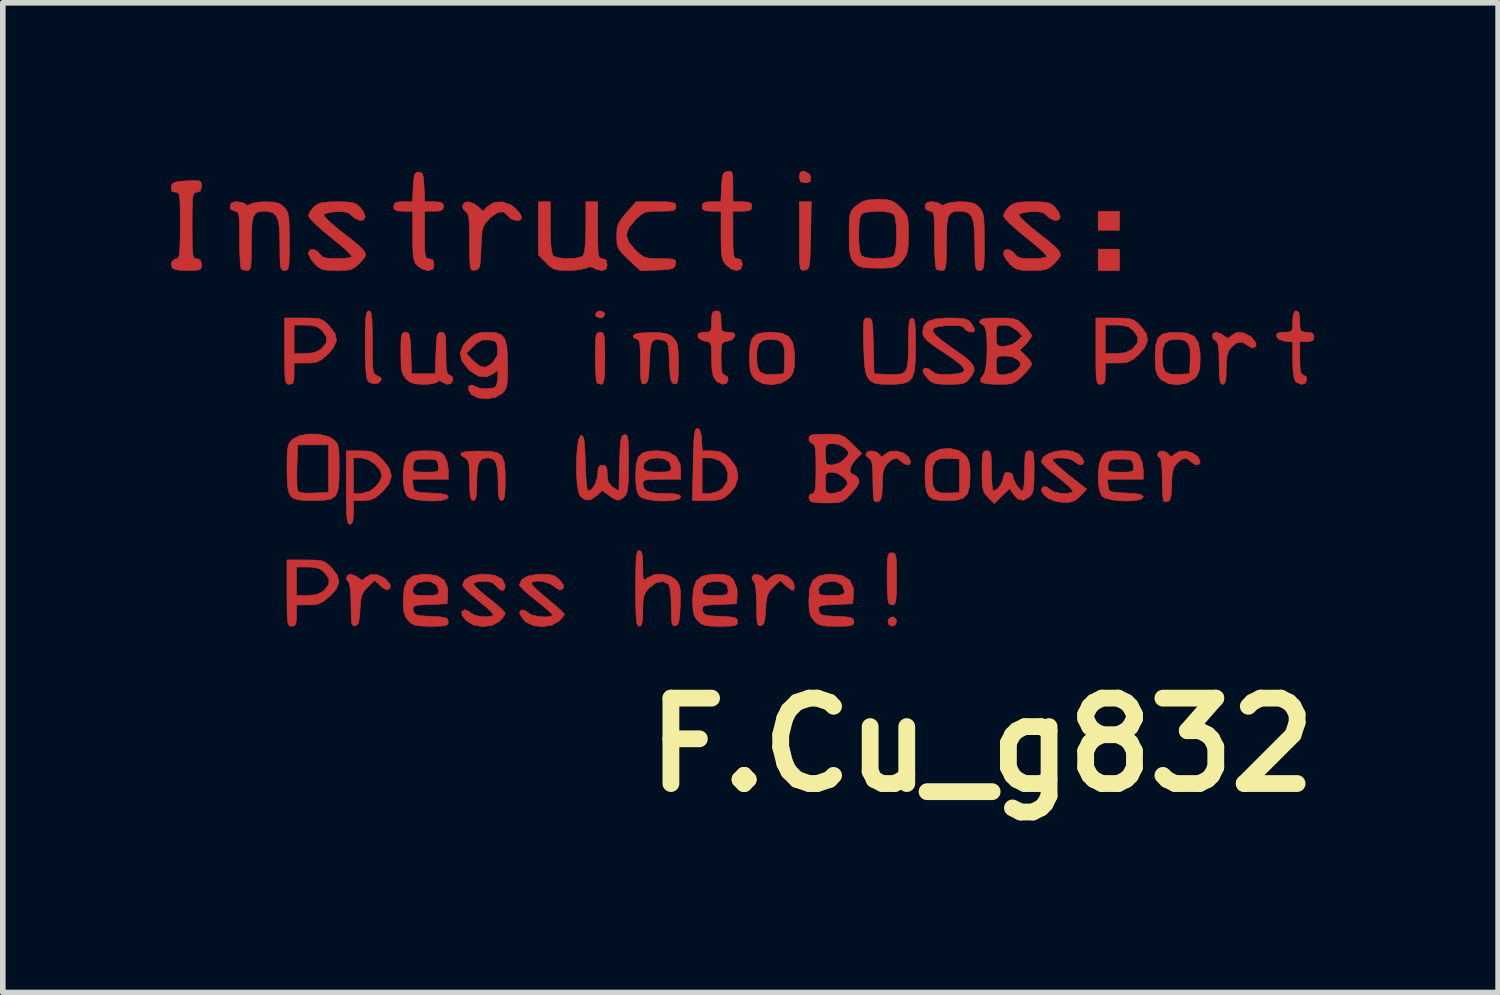
<source format=kicad_pcb>
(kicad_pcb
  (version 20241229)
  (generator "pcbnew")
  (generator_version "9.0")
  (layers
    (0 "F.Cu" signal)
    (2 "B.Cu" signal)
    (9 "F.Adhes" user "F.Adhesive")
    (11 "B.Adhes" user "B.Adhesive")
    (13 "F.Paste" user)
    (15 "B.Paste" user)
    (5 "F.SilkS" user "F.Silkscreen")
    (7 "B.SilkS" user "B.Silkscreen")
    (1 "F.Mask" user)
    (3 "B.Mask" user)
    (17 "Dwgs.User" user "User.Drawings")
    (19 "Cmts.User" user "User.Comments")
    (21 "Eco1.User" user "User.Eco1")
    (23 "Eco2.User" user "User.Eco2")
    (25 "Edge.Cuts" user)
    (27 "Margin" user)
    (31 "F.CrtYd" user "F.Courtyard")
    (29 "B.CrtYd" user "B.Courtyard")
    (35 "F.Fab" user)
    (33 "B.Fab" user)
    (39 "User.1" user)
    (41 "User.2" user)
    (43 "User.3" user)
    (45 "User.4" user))
  (footprint "F.Cu_g832"
    (layer "F.Cu")
    (at 14.476 10.245)
    (property "Reference" "F.Cu_g832" (at 0 0 0) (layer "F.SilkS") (effects (font (size 1.524 1.524) (thickness 0.3))))
    (attr through_hole)
    (fp_poly (pts (xy 2.455 -9.186) (xy 2.074 -9.186) (xy 2.074 -9.525) (xy 2.455 -9.525) (xy 2.455 -9.186)) (stroke (width 0.01) (type solid)) (fill yes) (layer "F.Cu"))
    (fp_poly (pts (xy 2.455 -8.467) (xy 2.074 -8.467) (xy 2.074 -8.848) (xy 2.455 -8.848) (xy 2.455 -8.467)) (stroke (width 0.01) (type solid)) (fill yes) (layer "F.Cu"))
    (fp_poly (pts (xy -6.747 -7.721) (xy -6.731 -7.684) (xy -6.766 -7.632) (xy -6.816 -7.62) (xy -6.885 -7.646) (xy -6.9 -7.684) (xy -6.865 -7.735) (xy -6.816 -7.747) (xy -6.747 -7.721)) (stroke (width 0.01) (type solid)) (fill yes) (layer "F.Cu"))
    (fp_poly (pts (xy -1.536 -2.251) (xy -1.524 -2.201) (xy -1.554 -2.133) (xy -1.618 -2.118) (xy -1.672 -2.159) (xy -1.678 -2.23) (xy -1.623 -2.28) (xy -1.585 -2.286) (xy -1.536 -2.251)) (stroke (width 0.01) (type solid)) (fill yes) (layer "F.Cu"))
    (fp_poly (pts (xy -3.164 -10.237) (xy -3.079 -10.189) (xy -3.056 -10.128) (xy -3.061 -10.057) (xy -3.122 -10.034) (xy -3.151 -10.033) (xy -3.233 -10.049) (xy -3.259 -10.115) (xy -3.26 -10.142) (xy -3.246 -10.221) (xy -3.19 -10.24) (xy -3.164 -10.237)) (stroke (width 0.01) (type solid)) (fill yes) (layer "F.Cu"))
    (fp_poly (pts (xy -3.057 -9.091) (xy -3.063 -8.854) (xy -3.069 -8.689) (xy -3.078 -8.582) (xy -3.093 -8.519) (xy -3.116 -8.489) (xy -3.149 -8.477) (xy -3.164 -8.474) (xy -3.201 -8.471) (xy -3.227 -8.483) (xy -3.244 -8.521) (xy -3.254 -8.6) (xy -3.258 -8.73) (xy -3.26 -8.925) (xy -3.26 -9.078) (xy -3.26 -9.694) (xy -3.046 -9.694) (xy -3.057 -9.091)) (stroke (width 0.01) (type solid)) (fill yes) (layer "F.Cu"))
    (fp_poly (pts (xy -6.779 -7.361) (xy -6.754 -7.335) (xy -6.74 -7.274) (xy -6.733 -7.163) (xy -6.731 -6.988) (xy -6.731 -6.9) (xy -6.733 -6.686) (xy -6.741 -6.545) (xy -6.757 -6.466) (xy -6.78 -6.436) (xy -6.787 -6.435) (xy -6.859 -6.453) (xy -6.872 -6.463) (xy -6.884 -6.515) (xy -6.893 -6.632) (xy -6.899 -6.795) (xy -6.9 -6.929) (xy -6.899 -7.125) (xy -6.894 -7.252) (xy -6.882 -7.324) (xy -6.859 -7.357) (xy -6.824 -7.366) (xy -6.816 -7.366) (xy -6.779 -7.361)) (stroke (width 0.01) (type solid)) (fill yes) (layer "F.Cu"))
    (fp_poly (pts (xy -1.572 -3.424) (xy -1.547 -3.398) (xy -1.533 -3.337) (xy -1.526 -3.226) (xy -1.524 -3.051) (xy -1.524 -2.963) (xy -1.526 -2.749) (xy -1.534 -2.608) (xy -1.55 -2.529) (xy -1.573 -2.499) (xy -1.58 -2.498) (xy -1.652 -2.516) (xy -1.665 -2.526) (xy -1.677 -2.578) (xy -1.686 -2.695) (xy -1.692 -2.858) (xy -1.693 -2.992) (xy -1.692 -3.188) (xy -1.687 -3.315) (xy -1.675 -3.387) (xy -1.652 -3.42) (xy -1.617 -3.429) (xy -1.609 -3.429) (xy -1.572 -3.424)) (stroke (width 0.01) (type solid)) (fill yes) (layer "F.Cu"))
    (fp_poly (pts (xy -10.917 -7.735) (xy -10.899 -7.69) (xy -10.888 -7.601) (xy -10.882 -7.454) (xy -10.88 -7.238) (xy -10.88 -7.18) (xy -10.879 -6.952) (xy -10.876 -6.794) (xy -10.867 -6.692) (xy -10.852 -6.634) (xy -10.827 -6.605) (xy -10.792 -6.591) (xy -10.791 -6.591) (xy -10.728 -6.551) (xy -10.72 -6.512) (xy -10.775 -6.457) (xy -10.865 -6.445) (xy -10.949 -6.479) (xy -10.954 -6.484) (xy -10.978 -6.542) (xy -10.994 -6.665) (xy -11.004 -6.86) (xy -11.007 -7.132) (xy -11.007 -7.142) (xy -11.005 -7.384) (xy -11.001 -7.553) (xy -10.992 -7.662) (xy -10.977 -7.722) (xy -10.955 -7.745) (xy -10.943 -7.747) (xy -10.917 -7.735)) (stroke (width 0.01) (type solid)) (fill yes) (layer "F.Cu"))
    (fp_poly (pts (xy -11.187 -3.021) (xy -11.132 -2.983) (xy -11.072 -2.941) (xy -11.026 -2.962) (xy -11.008 -2.983) (xy -10.911 -3.041) (xy -10.787 -3.037) (xy -10.663 -2.977) (xy -10.625 -2.942) (xy -10.562 -2.859) (xy -10.561 -2.803) (xy -10.575 -2.786) (xy -10.626 -2.765) (xy -10.697 -2.805) (xy -10.731 -2.836) (xy -10.838 -2.936) (xy -10.963 -2.817) (xy -11.033 -2.74) (xy -11.072 -2.658) (xy -11.092 -2.543) (xy -11.1 -2.418) (xy -11.111 -2.262) (xy -11.131 -2.173) (xy -11.164 -2.132) (xy -11.187 -2.125) (xy -11.222 -2.126) (xy -11.244 -2.158) (xy -11.256 -2.234) (xy -11.26 -2.371) (xy -11.261 -2.492) (xy -11.265 -2.664) (xy -11.277 -2.802) (xy -11.294 -2.885) (xy -11.303 -2.9) (xy -11.344 -2.959) (xy -11.329 -3.022) (xy -11.275 -3.048) (xy -11.187 -3.021)) (stroke (width 0.01) (type solid)) (fill yes) (layer "F.Cu"))
    (fp_poly (pts (xy -3.931 -3.012) (xy -3.897 -2.974) (xy -3.858 -2.923) (xy -3.821 -2.941) (xy -3.795 -2.974) (xy -3.7 -3.037) (xy -3.58 -3.043) (xy -3.462 -3.002) (xy -3.375 -2.922) (xy -3.344 -2.822) (xy -3.358 -2.762) (xy -3.405 -2.767) (xy -3.494 -2.838) (xy -3.501 -2.844) (xy -3.599 -2.936) (xy -3.724 -2.817) (xy -3.794 -2.74) (xy -3.833 -2.658) (xy -3.853 -2.543) (xy -3.861 -2.418) (xy -3.872 -2.262) (xy -3.892 -2.173) (xy -3.925 -2.132) (xy -3.948 -2.125) (xy -3.983 -2.126) (xy -4.005 -2.158) (xy -4.017 -2.234) (xy -4.021 -2.371) (xy -4.022 -2.492) (xy -4.026 -2.664) (xy -4.038 -2.802) (xy -4.055 -2.885) (xy -4.064 -2.9) (xy -4.103 -2.961) (xy -4.106 -2.987) (xy -4.076 -3.037) (xy -4.006 -3.044) (xy -3.931 -3.012)) (stroke (width 0.01) (type solid)) (fill yes) (layer "F.Cu"))
    (fp_poly (pts (xy -5.036 -5.623) (xy -5.011 -5.529) (xy -5.004 -5.45) (xy -4.991 -5.249) (xy -4.811 -5.249) (xy -4.678 -5.236) (xy -4.576 -5.184) (xy -4.496 -5.11) (xy -4.383 -4.946) (xy -4.354 -4.777) (xy -4.407 -4.611) (xy -4.5 -4.496) (xy -4.587 -4.42) (xy -4.669 -4.379) (xy -4.778 -4.363) (xy -4.903 -4.36) (xy -5.167 -4.36) (xy -5.155 -5.006) (xy -5.153 -5.122) (xy -4.995 -5.122) (xy -4.995 -4.487) (xy -4.86 -4.487) (xy -4.713 -4.523) (xy -4.628 -4.579) (xy -4.547 -4.704) (xy -4.534 -4.842) (xy -4.581 -4.971) (xy -4.679 -5.071) (xy -4.819 -5.12) (xy -4.855 -5.122) (xy -4.995 -5.122) (xy -5.153 -5.122) (xy -5.149 -5.257) (xy -5.142 -5.436) (xy -5.131 -5.553) (xy -5.116 -5.62) (xy -5.095 -5.648) (xy -5.08 -5.652) (xy -5.036 -5.623)) (stroke (width 0.01) (type solid)) (fill yes) (layer "F.Cu"))
    (fp_poly (pts (xy -1.883 -5.228) (xy -1.83 -5.183) (xy -1.794 -5.139) (xy -1.754 -5.164) (xy -1.738 -5.183) (xy -1.646 -5.239) (xy -1.525 -5.245) (xy -1.404 -5.21) (xy -1.31 -5.142) (xy -1.27 -5.049) (xy -1.27 -5.045) (xy -1.299 -5.001) (xy -1.364 -5.005) (xy -1.435 -5.054) (xy -1.439 -5.059) (xy -1.517 -5.116) (xy -1.602 -5.097) (xy -1.686 -5.024) (xy -1.739 -4.952) (xy -1.767 -4.858) (xy -1.777 -4.717) (xy -1.778 -4.648) (xy -1.784 -4.479) (xy -1.806 -4.382) (xy -1.837 -4.347) (xy -1.905 -4.34) (xy -1.922 -4.349) (xy -1.934 -4.4) (xy -1.942 -4.515) (xy -1.947 -4.671) (xy -1.947 -4.729) (xy -1.951 -4.913) (xy -1.963 -5.028) (xy -1.987 -5.089) (xy -2.011 -5.107) (xy -2.067 -5.16) (xy -2.074 -5.19) (xy -2.041 -5.236) (xy -1.966 -5.248) (xy -1.883 -5.228)) (stroke (width 0.01) (type solid)) (fill yes) (layer "F.Cu"))
    (fp_poly (pts (xy -0.415 -5.255) (xy -0.316 -5.188) (xy -0.256 -5.115) (xy -0.225 -5.03) (xy -0.213 -4.904) (xy -0.212 -4.816) (xy -0.221 -4.613) (xy -0.259 -4.48) (xy -0.336 -4.402) (xy -0.464 -4.367) (xy -0.61 -4.36) (xy -0.776 -4.367) (xy -0.88 -4.391) (xy -0.946 -4.438) (xy -0.946 -4.438) (xy -0.988 -4.514) (xy -1.01 -4.64) (xy -1.016 -4.808) (xy -0.889 -4.808) (xy -0.877 -4.641) (xy -0.832 -4.543) (xy -0.741 -4.499) (xy -0.593 -4.496) (xy -0.402 -4.508) (xy -0.402 -5.101) (xy -0.585 -5.114) (xy -0.739 -5.111) (xy -0.832 -5.065) (xy -0.878 -4.963) (xy -0.889 -4.808) (xy -1.016 -4.808) (xy -1.016 -4.816) (xy -1.013 -4.977) (xy -1 -5.078) (xy -0.969 -5.143) (xy -0.914 -5.197) (xy -0.904 -5.204) (xy -0.753 -5.277) (xy -0.58 -5.294) (xy -0.415 -5.255)) (stroke (width 0.01) (type solid)) (fill yes) (layer "F.Cu"))
    (fp_poly (pts (xy 3.306 -5.216) (xy 3.335 -5.183) (xy 3.37 -5.139) (xy 3.411 -5.164) (xy 3.427 -5.183) (xy 3.519 -5.239) (xy 3.639 -5.245) (xy 3.76 -5.21) (xy 3.855 -5.142) (xy 3.895 -5.049) (xy 3.895 -5.045) (xy 3.866 -5.001) (xy 3.8 -5.005) (xy 3.73 -5.054) (xy 3.725 -5.059) (xy 3.648 -5.116) (xy 3.563 -5.097) (xy 3.479 -5.024) (xy 3.426 -4.952) (xy 3.398 -4.858) (xy 3.387 -4.717) (xy 3.387 -4.648) (xy 3.38 -4.479) (xy 3.359 -4.382) (xy 3.327 -4.347) (xy 3.259 -4.34) (xy 3.243 -4.349) (xy 3.231 -4.4) (xy 3.223 -4.515) (xy 3.218 -4.673) (xy 3.217 -4.748) (xy 3.213 -4.929) (xy 3.2 -5.057) (xy 3.182 -5.119) (xy 3.175 -5.122) (xy 3.137 -5.157) (xy 3.133 -5.186) (xy 3.164 -5.236) (xy 3.234 -5.246) (xy 3.306 -5.216)) (stroke (width 0.01) (type solid)) (fill yes) (layer "F.Cu"))
    (fp_poly (pts (xy 4.264 -7.339) (xy 4.319 -7.301) (xy 4.38 -7.259) (xy 4.425 -7.28) (xy 4.444 -7.301) (xy 4.541 -7.359) (xy 4.665 -7.355) (xy 4.788 -7.295) (xy 4.827 -7.26) (xy 4.89 -7.176) (xy 4.89 -7.12) (xy 4.877 -7.104) (xy 4.822 -7.081) (xy 4.75 -7.125) (xy 4.75 -7.126) (xy 4.643 -7.189) (xy 4.542 -7.173) (xy 4.452 -7.099) (xy 4.4 -7.027) (xy 4.372 -6.935) (xy 4.361 -6.796) (xy 4.36 -6.718) (xy 4.356 -6.561) (xy 4.342 -6.473) (xy 4.313 -6.437) (xy 4.297 -6.435) (xy 4.266 -6.45) (xy 4.246 -6.504) (xy 4.236 -6.613) (xy 4.233 -6.79) (xy 4.233 -6.811) (xy 4.23 -7.001) (xy 4.219 -7.122) (xy 4.198 -7.188) (xy 4.17 -7.212) (xy 4.116 -7.262) (xy 4.113 -7.325) (xy 4.16 -7.364) (xy 4.177 -7.366) (xy 4.264 -7.339)) (stroke (width 0.01) (type solid)) (fill yes) (layer "F.Cu"))
    (fp_poly (pts (xy -10.955 -5.245) (xy -10.858 -5.221) (xy -10.775 -5.164) (xy -10.698 -5.089) (xy -10.579 -4.937) (xy -10.54 -4.8) (xy -10.581 -4.663) (xy -10.702 -4.517) (xy -10.815 -4.419) (xy -10.914 -4.373) (xy -11.036 -4.36) (xy -11.04 -4.36) (xy -11.218 -4.36) (xy -11.218 -4.149) (xy -11.225 -4.016) (xy -11.249 -3.951) (xy -11.282 -3.937) (xy -11.306 -3.948) (xy -11.324 -3.99) (xy -11.335 -4.074) (xy -11.342 -4.212) (xy -11.345 -4.414) (xy -11.345 -4.593) (xy -11.345 -5.122) (xy -11.218 -5.122) (xy -11.218 -4.487) (xy -11.083 -4.487) (xy -10.926 -4.529) (xy -10.829 -4.601) (xy -10.751 -4.698) (xy -10.712 -4.791) (xy -10.71 -4.805) (xy -10.747 -4.914) (xy -10.841 -5.018) (xy -10.965 -5.095) (xy -11.083 -5.122) (xy -11.218 -5.122) (xy -11.345 -5.122) (xy -11.345 -5.249) (xy -11.1 -5.249) (xy -10.955 -5.245)) (stroke (width 0.01) (type solid)) (fill yes) (layer "F.Cu"))
    (fp_poly (pts (xy -3.574 -7.349) (xy -3.45 -7.29) (xy -3.377 -7.178) (xy -3.347 -7.002) (xy -3.344 -6.906) (xy -3.35 -6.749) (xy -3.371 -6.648) (xy -3.417 -6.572) (xy -3.448 -6.539) (xy -3.58 -6.459) (xy -3.743 -6.428) (xy -3.908 -6.447) (xy -4.041 -6.517) (xy -4.057 -6.533) (xy -4.107 -6.602) (xy -4.136 -6.689) (xy -4.147 -6.821) (xy -4.149 -6.921) (xy -4.022 -6.921) (xy -4.009 -6.756) (xy -3.964 -6.659) (xy -3.871 -6.616) (xy -3.726 -6.613) (xy -3.535 -6.625) (xy -3.522 -6.872) (xy -3.524 -7.052) (xy -3.557 -7.164) (xy -3.631 -7.222) (xy -3.755 -7.239) (xy -3.764 -7.239) (xy -3.898 -7.224) (xy -3.977 -7.168) (xy -4.014 -7.057) (xy -4.022 -6.921) (xy -4.149 -6.921) (xy -4.149 -6.928) (xy -4.139 -7.126) (xy -4.103 -7.255) (xy -4.026 -7.328) (xy -3.898 -7.36) (xy -3.761 -7.366) (xy -3.574 -7.349)) (stroke (width 0.01) (type solid)) (fill yes) (layer "F.Cu"))
    (fp_poly (pts (xy 3.665 -7.349) (xy 3.789 -7.29) (xy 3.862 -7.178) (xy 3.892 -7.002) (xy 3.895 -6.906) (xy 3.889 -6.749) (xy 3.868 -6.648) (xy 3.822 -6.572) (xy 3.791 -6.539) (xy 3.659 -6.459) (xy 3.496 -6.428) (xy 3.331 -6.447) (xy 3.198 -6.517) (xy 3.182 -6.533) (xy 3.132 -6.602) (xy 3.103 -6.689) (xy 3.092 -6.821) (xy 3.09 -6.921) (xy 3.217 -6.921) (xy 3.23 -6.756) (xy 3.275 -6.659) (xy 3.368 -6.616) (xy 3.513 -6.613) (xy 3.704 -6.625) (xy 3.717 -6.872) (xy 3.715 -7.052) (xy 3.682 -7.164) (xy 3.608 -7.222) (xy 3.484 -7.239) (xy 3.475 -7.239) (xy 3.341 -7.224) (xy 3.262 -7.168) (xy 3.225 -7.057) (xy 3.217 -6.921) (xy 3.09 -6.921) (xy 3.09 -6.928) (xy 3.1 -7.126) (xy 3.136 -7.255) (xy 3.213 -7.328) (xy 3.341 -7.36) (xy 3.478 -7.366) (xy 3.665 -7.349)) (stroke (width 0.01) (type solid)) (fill yes) (layer "F.Cu"))
    (fp_poly (pts (xy 5.651 -7.722) (xy 5.67 -7.637) (xy 5.673 -7.556) (xy 5.676 -7.439) (xy 5.698 -7.384) (xy 5.752 -7.367) (xy 5.8 -7.366) (xy 5.893 -7.353) (xy 5.925 -7.303) (xy 5.927 -7.281) (xy 5.907 -7.219) (xy 5.832 -7.198) (xy 5.8 -7.197) (xy 5.673 -7.197) (xy 5.673 -6.9) (xy 5.676 -6.739) (xy 5.69 -6.647) (xy 5.716 -6.608) (xy 5.736 -6.604) (xy 5.788 -6.569) (xy 5.8 -6.519) (xy 5.769 -6.452) (xy 5.696 -6.435) (xy 5.611 -6.472) (xy 5.596 -6.485) (xy 5.569 -6.557) (xy 5.551 -6.695) (xy 5.546 -6.864) (xy 5.546 -7.191) (xy 5.408 -7.205) (xy 5.295 -7.238) (xy 5.257 -7.292) (xy 5.264 -7.342) (xy 5.325 -7.363) (xy 5.394 -7.366) (xy 5.487 -7.37) (xy 5.531 -7.397) (xy 5.545 -7.47) (xy 5.546 -7.556) (xy 5.554 -7.682) (xy 5.582 -7.739) (xy 5.609 -7.747) (xy 5.651 -7.722)) (stroke (width 0.01) (type solid)) (fill yes) (layer "F.Cu"))
    (fp_poly (pts (xy -8.786 -5.241) (xy -8.651 -5.217) (xy -8.569 -5.159) (xy -8.526 -5.054) (xy -8.511 -4.888) (xy -8.509 -4.735) (xy -8.512 -4.551) (xy -8.521 -4.437) (xy -8.539 -4.378) (xy -8.569 -4.36) (xy -8.572 -4.36) (xy -8.605 -4.377) (xy -8.625 -4.435) (xy -8.634 -4.552) (xy -8.636 -4.691) (xy -8.643 -4.891) (xy -8.667 -5.02) (xy -8.715 -5.093) (xy -8.791 -5.121) (xy -8.826 -5.122) (xy -8.915 -5.107) (xy -8.972 -5.052) (xy -9.004 -4.944) (xy -9.016 -4.77) (xy -9.017 -4.691) (xy -9.02 -4.519) (xy -9.031 -4.417) (xy -9.054 -4.37) (xy -9.081 -4.36) (xy -9.112 -4.376) (xy -9.132 -4.432) (xy -9.141 -4.543) (xy -9.144 -4.719) (xy -9.146 -4.897) (xy -9.156 -5.01) (xy -9.176 -5.075) (xy -9.212 -5.113) (xy -9.229 -5.122) (xy -9.301 -5.174) (xy -9.297 -5.211) (xy -9.213 -5.234) (xy -9.047 -5.244) (xy -8.987 -5.245) (xy -8.786 -5.241)) (stroke (width 0.01) (type solid)) (fill yes) (layer "F.Cu"))
    (fp_poly (pts (xy -7.705 -9.237) (xy -7.7 -8.993) (xy -7.684 -8.824) (xy -7.66 -8.736) (xy -7.654 -8.729) (xy -7.584 -8.7) (xy -7.464 -8.681) (xy -7.387 -8.678) (xy -7.253 -8.688) (xy -7.151 -8.712) (xy -7.12 -8.729) (xy -7.094 -8.802) (xy -7.077 -8.955) (xy -7.07 -9.186) (xy -7.07 -9.237) (xy -7.07 -9.694) (xy -6.858 -9.694) (xy -6.858 -9.186) (xy -6.857 -8.972) (xy -6.853 -8.828) (xy -6.844 -8.741) (xy -6.826 -8.696) (xy -6.798 -8.68) (xy -6.773 -8.678) (xy -6.707 -8.654) (xy -6.689 -8.572) (xy -6.707 -8.491) (xy -6.775 -8.467) (xy -6.786 -8.467) (xy -6.883 -8.486) (xy -6.93 -8.513) (xy -6.995 -8.537) (xy -7.062 -8.513) (xy -7.151 -8.487) (xy -7.29 -8.471) (xy -7.397 -8.467) (xy -7.545 -8.472) (xy -7.641 -8.494) (xy -7.721 -8.547) (xy -7.781 -8.606) (xy -7.916 -8.746) (xy -7.916 -9.694) (xy -7.705 -9.694) (xy -7.705 -9.237)) (stroke (width 0.01) (type solid)) (fill yes) (layer "F.Cu"))
    (fp_poly (pts (xy -11.947 -7.618) (xy -11.838 -7.607) (xy -11.763 -7.579) (xy -11.697 -7.528) (xy -11.65 -7.48) (xy -11.546 -7.344) (xy -11.52 -7.219) (xy -11.573 -7.09) (xy -11.675 -6.972) (xy -11.782 -6.878) (xy -11.876 -6.831) (xy -11.996 -6.816) (xy -12.056 -6.816) (xy -12.277 -6.816) (xy -12.277 -6.625) (xy -12.282 -6.506) (xy -12.305 -6.45) (xy -12.355 -6.435) (xy -12.361 -6.435) (xy -12.395 -6.439) (xy -12.418 -6.461) (xy -12.433 -6.513) (xy -12.441 -6.609) (xy -12.445 -6.761) (xy -12.446 -6.983) (xy -12.446 -7.027) (xy -12.446 -7.493) (xy -12.277 -7.493) (xy -12.277 -6.985) (xy -12.078 -6.985) (xy -11.918 -7.001) (xy -11.805 -7.057) (xy -11.782 -7.077) (xy -11.7 -7.182) (xy -11.698 -7.281) (xy -11.774 -7.393) (xy -11.776 -7.395) (xy -11.862 -7.461) (xy -11.976 -7.489) (xy -12.072 -7.493) (xy -12.277 -7.493) (xy -12.446 -7.493) (xy -12.446 -7.62) (xy -12.116 -7.62) (xy -11.947 -7.618)) (stroke (width 0.01) (type solid)) (fill yes) (layer "F.Cu"))
    (fp_poly (pts (xy -11.905 -3.3) (xy -11.796 -3.289) (xy -11.721 -3.261) (xy -11.655 -3.21) (xy -11.608 -3.162) (xy -11.503 -3.025) (xy -11.476 -2.899) (xy -11.529 -2.773) (xy -11.642 -2.651) (xy -11.757 -2.557) (xy -11.857 -2.512) (xy -11.984 -2.498) (xy -12.023 -2.498) (xy -12.234 -2.498) (xy -12.234 -2.307) (xy -12.24 -2.188) (xy -12.263 -2.132) (xy -12.313 -2.117) (xy -12.319 -2.117) (xy -12.353 -2.121) (xy -12.376 -2.143) (xy -12.391 -2.195) (xy -12.399 -2.291) (xy -12.403 -2.443) (xy -12.404 -2.665) (xy -12.404 -2.709) (xy -12.404 -3.175) (xy -12.234 -3.175) (xy -12.234 -2.667) (xy -12.036 -2.667) (xy -11.876 -2.683) (xy -11.763 -2.739) (xy -11.74 -2.759) (xy -11.658 -2.864) (xy -11.655 -2.963) (xy -11.732 -3.075) (xy -11.734 -3.077) (xy -11.819 -3.143) (xy -11.934 -3.171) (xy -12.03 -3.175) (xy -12.234 -3.175) (xy -12.404 -3.175) (xy -12.404 -3.302) (xy -12.073 -3.302) (xy -11.905 -3.3)) (stroke (width 0.01) (type solid)) (fill yes) (layer "F.Cu"))
    (fp_poly (pts (xy -9.065 -9.66) (xy -8.995 -9.609) (xy -8.904 -9.524) (xy -8.827 -9.609) (xy -8.709 -9.682) (xy -8.562 -9.693) (xy -8.412 -9.641) (xy -8.331 -9.581) (xy -8.254 -9.494) (xy -8.214 -9.422) (xy -8.213 -9.411) (xy -8.244 -9.365) (xy -8.317 -9.358) (xy -8.399 -9.387) (xy -8.457 -9.44) (xy -8.537 -9.513) (xy -8.639 -9.506) (xy -8.764 -9.419) (xy -8.795 -9.387) (xy -8.859 -9.316) (xy -8.899 -9.249) (xy -8.922 -9.163) (xy -8.934 -9.036) (xy -8.941 -8.869) (xy -8.948 -8.688) (xy -8.959 -8.574) (xy -8.977 -8.512) (xy -9.008 -8.484) (xy -9.049 -8.474) (xy -9.089 -8.471) (xy -9.116 -8.485) (xy -9.132 -8.53) (xy -9.14 -8.618) (xy -9.144 -8.764) (xy -9.144 -8.973) (xy -9.146 -9.197) (xy -9.152 -9.349) (xy -9.165 -9.444) (xy -9.186 -9.494) (xy -9.207 -9.51) (xy -9.261 -9.567) (xy -9.271 -9.614) (xy -9.24 -9.678) (xy -9.164 -9.693) (xy -9.065 -9.66)) (stroke (width 0.01) (type solid)) (fill yes) (layer "F.Cu"))
    (fp_poly (pts (xy 2.531 -7.618) (xy 2.64 -7.607) (xy 2.715 -7.579) (xy 2.781 -7.528) (xy 2.828 -7.48) (xy 2.932 -7.344) (xy 2.958 -7.219) (xy 2.905 -7.09) (xy 2.803 -6.972) (xy 2.696 -6.878) (xy 2.602 -6.831) (xy 2.482 -6.816) (xy 2.422 -6.816) (xy 2.201 -6.816) (xy 2.201 -6.625) (xy 2.196 -6.506) (xy 2.173 -6.45) (xy 2.123 -6.435) (xy 2.117 -6.435) (xy 2.083 -6.439) (xy 2.06 -6.461) (xy 2.045 -6.513) (xy 2.037 -6.609) (xy 2.033 -6.761) (xy 2.032 -6.983) (xy 2.032 -7.027) (xy 2.032 -7.493) (xy 2.201 -7.493) (xy 2.201 -6.985) (xy 2.4 -6.985) (xy 2.56 -7.001) (xy 2.673 -7.057) (xy 2.696 -7.077) (xy 2.778 -7.182) (xy 2.78 -7.281) (xy 2.704 -7.393) (xy 2.702 -7.395) (xy 2.616 -7.461) (xy 2.502 -7.489) (xy 2.406 -7.493) (xy 2.201 -7.493) (xy 2.032 -7.493) (xy 2.032 -7.62) (xy 2.362 -7.62) (xy 2.531 -7.618)) (stroke (width 0.01) (type solid)) (fill yes) (layer "F.Cu"))
    (fp_poly (pts (xy -11.836 -5.545) (xy -11.672 -5.506) (xy -11.584 -5.458) (xy -11.534 -5.414) (xy -11.501 -5.366) (xy -11.483 -5.295) (xy -11.475 -5.182) (xy -11.472 -5.009) (xy -11.472 -4.935) (xy -11.476 -4.705) (xy -11.494 -4.546) (xy -11.536 -4.445) (xy -11.615 -4.39) (xy -11.741 -4.366) (xy -11.924 -4.36) (xy -11.945 -4.36) (xy -12.122 -4.365) (xy -12.235 -4.381) (xy -12.306 -4.412) (xy -12.334 -4.438) (xy -12.368 -4.494) (xy -12.389 -4.584) (xy -12.4 -4.723) (xy -12.402 -4.802) (xy -12.229 -4.802) (xy -12.226 -4.655) (xy -12.22 -4.56) (xy -12.215 -4.542) (xy -12.175 -4.508) (xy -12.08 -4.494) (xy -11.928 -4.496) (xy -11.663 -4.508) (xy -11.663 -5.355) (xy -12.213 -5.355) (xy -12.226 -4.978) (xy -12.229 -4.802) (xy -12.402 -4.802) (xy -12.404 -4.93) (xy -12.404 -4.938) (xy -12.402 -5.135) (xy -12.395 -5.265) (xy -12.378 -5.35) (xy -12.349 -5.407) (xy -12.306 -5.454) (xy -12.185 -5.519) (xy -12.017 -5.549) (xy -11.836 -5.545)) (stroke (width 0.01) (type solid)) (fill yes) (layer "F.Cu"))
    (fp_poly (pts (xy -10.007 -10.213) (xy -9.979 -10.171) (xy -9.964 -10.077) (xy -9.957 -9.959) (xy -9.944 -9.694) (xy -9.777 -9.694) (xy -9.667 -9.687) (xy -9.619 -9.658) (xy -9.61 -9.61) (xy -9.624 -9.554) (xy -9.681 -9.53) (xy -9.779 -9.525) (xy -9.948 -9.525) (xy -9.948 -9.102) (xy -9.947 -8.909) (xy -9.942 -8.786) (xy -9.929 -8.716) (xy -9.905 -8.686) (xy -9.868 -8.678) (xy -9.864 -8.678) (xy -9.797 -8.654) (xy -9.779 -8.572) (xy -9.796 -8.492) (xy -9.865 -8.467) (xy -9.885 -8.467) (xy -9.994 -8.496) (xy -10.075 -8.551) (xy -10.114 -8.6) (xy -10.139 -8.665) (xy -10.153 -8.764) (xy -10.159 -8.916) (xy -10.16 -9.081) (xy -10.16 -9.525) (xy -10.329 -9.525) (xy -10.44 -9.532) (xy -10.489 -9.561) (xy -10.499 -9.61) (xy -10.484 -9.665) (xy -10.426 -9.69) (xy -10.331 -9.694) (xy -10.164 -9.694) (xy -10.151 -9.959) (xy -10.141 -10.105) (xy -10.124 -10.185) (xy -10.092 -10.218) (xy -10.054 -10.223) (xy -10.007 -10.213)) (stroke (width 0.01) (type solid)) (fill yes) (layer "F.Cu"))
    (fp_poly (pts (xy -4.461 -10.214) (xy -4.448 -10.144) (xy -4.445 -10.011) (xy -4.445 -9.972) (xy -4.445 -9.694) (xy -4.276 -9.694) (xy -4.165 -9.687) (xy -4.116 -9.659) (xy -4.106 -9.61) (xy -4.121 -9.554) (xy -4.178 -9.53) (xy -4.276 -9.525) (xy -4.445 -9.525) (xy -4.445 -9.102) (xy -4.444 -8.909) (xy -4.438 -8.786) (xy -4.425 -8.716) (xy -4.402 -8.686) (xy -4.365 -8.678) (xy -4.36 -8.678) (xy -4.294 -8.654) (xy -4.276 -8.572) (xy -4.305 -8.491) (xy -4.378 -8.465) (xy -4.476 -8.494) (xy -4.565 -8.565) (xy -4.607 -8.618) (xy -4.634 -8.684) (xy -4.649 -8.779) (xy -4.656 -8.925) (xy -4.657 -9.094) (xy -4.657 -9.525) (xy -4.826 -9.525) (xy -4.937 -9.532) (xy -4.986 -9.561) (xy -4.995 -9.61) (xy -4.981 -9.665) (xy -4.923 -9.69) (xy -4.828 -9.694) (xy -4.661 -9.694) (xy -4.648 -9.959) (xy -4.638 -10.105) (xy -4.62 -10.187) (xy -4.587 -10.225) (xy -4.54 -10.237) (xy -4.489 -10.239) (xy -4.461 -10.214)) (stroke (width 0.01) (type solid)) (fill yes) (layer "F.Cu"))
    (fp_poly (pts (xy -9.611 -7.359) (xy -9.586 -7.328) (xy -9.573 -7.257) (xy -9.568 -7.129) (xy -9.567 -6.985) (xy -9.565 -6.799) (xy -9.556 -6.683) (xy -9.538 -6.623) (xy -9.508 -6.604) (xy -9.504 -6.604) (xy -9.452 -6.569) (xy -9.44 -6.519) (xy -9.472 -6.453) (xy -9.545 -6.434) (xy -9.628 -6.471) (xy -9.639 -6.481) (xy -9.69 -6.504) (xy -9.713 -6.481) (xy -9.769 -6.455) (xy -9.879 -6.438) (xy -9.965 -6.435) (xy -10.114 -6.443) (xy -10.212 -6.476) (xy -10.28 -6.533) (xy -10.325 -6.592) (xy -10.353 -6.665) (xy -10.367 -6.774) (xy -10.371 -6.939) (xy -10.372 -6.998) (xy -10.37 -7.176) (xy -10.363 -7.285) (xy -10.346 -7.342) (xy -10.317 -7.363) (xy -10.289 -7.366) (xy -10.248 -7.358) (xy -10.223 -7.325) (xy -10.207 -7.249) (xy -10.198 -7.115) (xy -10.193 -6.996) (xy -10.181 -6.625) (xy -9.758 -6.625) (xy -9.746 -6.996) (xy -9.738 -7.174) (xy -9.727 -7.284) (xy -9.708 -7.342) (xy -9.677 -7.364) (xy -9.65 -7.366) (xy -9.611 -7.359)) (stroke (width 0.01) (type solid)) (fill yes) (layer "F.Cu"))
    (fp_poly (pts (xy -5.643 -9.693) (xy -5.537 -9.685) (xy -5.483 -9.668) (xy -5.463 -9.637) (xy -5.461 -9.61) (xy -5.469 -9.565) (xy -5.506 -9.539) (xy -5.59 -9.528) (xy -5.739 -9.525) (xy -5.749 -9.525) (xy -5.905 -9.522) (xy -6.006 -9.507) (xy -6.082 -9.468) (xy -6.163 -9.395) (xy -6.193 -9.364) (xy -6.308 -9.222) (xy -6.345 -9.096) (xy -6.305 -8.972) (xy -6.189 -8.835) (xy -6.098 -8.751) (xy -6.021 -8.704) (xy -5.927 -8.684) (xy -5.786 -8.678) (xy -5.742 -8.678) (xy -5.591 -8.677) (xy -5.506 -8.667) (xy -5.47 -8.644) (xy -5.466 -8.601) (xy -5.469 -8.583) (xy -5.483 -8.533) (xy -5.521 -8.503) (xy -5.601 -8.487) (xy -5.742 -8.477) (xy -5.789 -8.475) (xy -6.096 -8.463) (xy -6.308 -8.661) (xy -6.42 -8.771) (xy -6.484 -8.853) (xy -6.512 -8.934) (xy -6.519 -9.044) (xy -6.519 -9.08) (xy -6.513 -9.213) (xy -6.485 -9.312) (xy -6.419 -9.412) (xy -6.346 -9.498) (xy -6.173 -9.694) (xy -5.817 -9.694) (xy -5.643 -9.693)) (stroke (width 0.01) (type solid)) (fill yes) (layer "F.Cu"))
    (fp_poly (pts (xy -1.221 -7.607) (xy -1.203 -7.56) (xy -1.192 -7.465) (xy -1.186 -7.31) (xy -1.185 -7.12) (xy -1.189 -6.865) (xy -1.205 -6.682) (xy -1.242 -6.56) (xy -1.307 -6.486) (xy -1.409 -6.449) (xy -1.556 -6.436) (xy -1.646 -6.435) (xy -1.81 -6.439) (xy -1.915 -6.457) (xy -1.984 -6.494) (xy -2.015 -6.524) (xy -2.051 -6.576) (xy -2.076 -6.65) (xy -2.092 -6.762) (xy -2.104 -6.929) (xy -2.111 -7.116) (xy -2.116 -7.329) (xy -2.117 -7.472) (xy -2.11 -7.558) (xy -2.094 -7.602) (xy -2.067 -7.618) (xy -2.038 -7.62) (xy -2 -7.615) (xy -1.975 -7.591) (xy -1.958 -7.534) (xy -1.948 -7.429) (xy -1.942 -7.262) (xy -1.938 -7.123) (xy -1.926 -6.625) (xy -1.679 -6.612) (xy -1.531 -6.609) (xy -1.43 -6.624) (xy -1.366 -6.67) (xy -1.33 -6.762) (xy -1.316 -6.911) (xy -1.312 -7.13) (xy -1.312 -7.16) (xy -1.31 -7.367) (xy -1.304 -7.503) (xy -1.29 -7.581) (xy -1.268 -7.615) (xy -1.249 -7.62) (xy -1.221 -7.607)) (stroke (width 0.01) (type solid)) (fill yes) (layer "F.Cu"))
    (fp_poly (pts (xy -4.688 -7.735) (xy -4.663 -7.683) (xy -4.657 -7.57) (xy -4.657 -7.556) (xy -4.653 -7.439) (xy -4.632 -7.384) (xy -4.577 -7.367) (xy -4.527 -7.366) (xy -4.435 -7.355) (xy -4.408 -7.314) (xy -4.411 -7.292) (xy -4.462 -7.229) (xy -4.541 -7.204) (xy -4.601 -7.194) (xy -4.636 -7.166) (xy -4.652 -7.101) (xy -4.656 -6.981) (xy -4.657 -6.898) (xy -4.653 -6.737) (xy -4.639 -6.646) (xy -4.612 -6.608) (xy -4.593 -6.604) (xy -4.541 -6.569) (xy -4.53 -6.519) (xy -4.559 -6.452) (xy -4.63 -6.437) (xy -4.718 -6.477) (xy -4.756 -6.512) (xy -4.798 -6.589) (xy -4.82 -6.714) (xy -4.826 -6.89) (xy -4.827 -7.047) (xy -4.836 -7.138) (xy -4.86 -7.182) (xy -4.905 -7.2) (xy -4.942 -7.204) (xy -5.039 -7.241) (xy -5.072 -7.292) (xy -5.063 -7.345) (xy -4.995 -7.365) (xy -4.956 -7.366) (xy -4.876 -7.371) (xy -4.838 -7.402) (xy -4.827 -7.482) (xy -4.826 -7.556) (xy -4.82 -7.676) (xy -4.797 -7.732) (xy -4.747 -7.747) (xy -4.741 -7.747) (xy -4.688 -7.735)) (stroke (width 0.01) (type solid)) (fill yes) (layer "F.Cu"))
    (fp_poly (pts (xy 1.621 -5.241) (xy 1.73 -5.191) (xy 1.75 -5.172) (xy 1.805 -5.093) (xy 1.82 -5.045) (xy 1.792 -5.001) (xy 1.726 -5.005) (xy 1.655 -5.054) (xy 1.651 -5.059) (xy 1.58 -5.097) (xy 1.467 -5.119) (xy 1.35 -5.122) (xy 1.267 -5.103) (xy 1.257 -5.096) (xy 1.277 -5.06) (xy 1.35 -4.986) (xy 1.466 -4.885) (xy 1.551 -4.816) (xy 1.871 -4.564) (xy 1.753 -4.441) (xy 1.661 -4.363) (xy 1.559 -4.329) (xy 1.422 -4.332) (xy 1.312 -4.349) (xy 1.193 -4.394) (xy 1.099 -4.47) (xy 1.058 -4.553) (xy 1.058 -4.557) (xy 1.087 -4.607) (xy 1.152 -4.606) (xy 1.224 -4.555) (xy 1.228 -4.551) (xy 1.297 -4.513) (xy 1.406 -4.491) (xy 1.521 -4.488) (xy 1.606 -4.506) (xy 1.625 -4.521) (xy 1.603 -4.561) (xy 1.527 -4.636) (xy 1.411 -4.734) (xy 1.352 -4.78) (xy 1.22 -4.886) (xy 1.118 -4.979) (xy 1.064 -5.042) (xy 1.058 -5.056) (xy 1.096 -5.139) (xy 1.194 -5.202) (xy 1.33 -5.243) (xy 1.48 -5.257) (xy 1.621 -5.241)) (stroke (width 0.01) (type solid)) (fill yes) (layer "F.Cu"))
    (fp_poly (pts (xy -5.746 -7.356) (xy -5.635 -7.341) (xy -5.559 -7.308) (xy -5.514 -7.272) (xy -5.468 -7.219) (xy -5.439 -7.155) (xy -5.425 -7.058) (xy -5.419 -6.908) (xy -5.419 -6.805) (xy -5.42 -6.625) (xy -5.427 -6.515) (xy -5.443 -6.458) (xy -5.47 -6.441) (xy -5.493 -6.443) (xy -5.529 -6.462) (xy -5.553 -6.513) (xy -5.568 -6.612) (xy -5.577 -6.776) (xy -5.579 -6.826) (xy -5.586 -7.004) (xy -5.597 -7.115) (xy -5.617 -7.177) (xy -5.651 -7.207) (xy -5.695 -7.222) (xy -5.796 -7.239) (xy -5.862 -7.221) (xy -5.903 -7.156) (xy -5.924 -7.031) (xy -5.935 -6.835) (xy -5.936 -6.829) (xy -5.944 -6.646) (xy -5.957 -6.533) (xy -5.978 -6.471) (xy -6.011 -6.445) (xy -6.022 -6.443) (xy -6.056 -6.444) (xy -6.078 -6.474) (xy -6.09 -6.548) (xy -6.095 -6.68) (xy -6.096 -6.834) (xy -6.098 -7.026) (xy -6.106 -7.148) (xy -6.123 -7.214) (xy -6.15 -7.238) (xy -6.16 -7.239) (xy -6.216 -7.27) (xy -6.223 -7.297) (xy -6.2 -7.33) (xy -6.124 -7.349) (xy -5.98 -7.358) (xy -5.916 -7.359) (xy -5.746 -7.356)) (stroke (width 0.01) (type solid)) (fill yes) (layer "F.Cu"))
    (fp_poly (pts (xy -5.594 -5.225) (xy -5.461 -5.15) (xy -5.39 -5.02) (xy -5.376 -4.897) (xy -5.376 -4.741) (xy -5.715 -4.741) (xy -5.885 -4.739) (xy -5.987 -4.73) (xy -6.037 -4.711) (xy -6.053 -4.677) (xy -6.054 -4.665) (xy -6.033 -4.577) (xy -5.964 -4.522) (xy -5.833 -4.494) (xy -5.664 -4.487) (xy -5.506 -4.483) (xy -5.416 -4.469) (xy -5.38 -4.442) (xy -5.376 -4.424) (xy -5.414 -4.386) (xy -5.513 -4.363) (xy -5.649 -4.353) (xy -5.8 -4.357) (xy -5.944 -4.375) (xy -6.058 -4.405) (xy -6.111 -4.438) (xy -6.153 -4.515) (xy -6.175 -4.643) (xy -6.181 -4.812) (xy -6.174 -4.955) (xy -6.045 -4.955) (xy -6.039 -4.932) (xy -5.994 -4.892) (xy -5.89 -4.872) (xy -5.78 -4.868) (xy -5.644 -4.873) (xy -5.572 -4.889) (xy -5.547 -4.925) (xy -5.546 -4.945) (xy -5.581 -5.051) (xy -5.685 -5.11) (xy -5.803 -5.122) (xy -5.939 -5.1) (xy -6.024 -5.04) (xy -6.045 -4.955) (xy -6.174 -4.955) (xy -6.171 -5.01) (xy -6.134 -5.138) (xy -6.058 -5.212) (xy -5.929 -5.244) (xy -5.793 -5.249) (xy -5.594 -5.225)) (stroke (width 0.01) (type solid)) (fill yes) (layer "F.Cu"))
    (fp_poly (pts (xy -8.689 -3.026) (xy -8.564 -2.96) (xy -8.511 -2.852) (xy -8.509 -2.822) (xy -8.533 -2.762) (xy -8.591 -2.762) (xy -8.658 -2.82) (xy -8.669 -2.836) (xy -8.741 -2.899) (xy -8.865 -2.921) (xy -8.888 -2.921) (xy -9 -2.912) (xy -9.07 -2.891) (xy -9.077 -2.884) (xy -9.057 -2.843) (xy -8.981 -2.767) (xy -8.865 -2.668) (xy -8.805 -2.621) (xy -8.672 -2.515) (xy -8.57 -2.424) (xy -8.515 -2.362) (xy -8.509 -2.349) (xy -8.537 -2.288) (xy -8.606 -2.21) (xy -8.607 -2.209) (xy -8.743 -2.133) (xy -8.912 -2.111) (xy -9.079 -2.142) (xy -9.212 -2.223) (xy -9.279 -2.314) (xy -9.286 -2.383) (xy -9.231 -2.413) (xy -9.223 -2.413) (xy -9.161 -2.386) (xy -9.117 -2.349) (xy -9.048 -2.314) (xy -8.943 -2.292) (xy -8.834 -2.286) (xy -8.75 -2.298) (xy -8.721 -2.324) (xy -8.752 -2.367) (xy -8.835 -2.445) (xy -8.953 -2.545) (xy -8.996 -2.579) (xy -9.123 -2.686) (xy -9.219 -2.778) (xy -9.268 -2.841) (xy -9.271 -2.852) (xy -9.232 -2.947) (xy -9.122 -3.013) (xy -8.952 -3.046) (xy -8.883 -3.048) (xy -8.689 -3.026)) (stroke (width 0.01) (type solid)) (fill yes) (layer "F.Cu"))
    (fp_poly (pts (xy -13.969 -10.065) (xy -13.935 -10.04) (xy -13.928 -9.988) (xy -13.928 -9.972) (xy -13.947 -9.888) (xy -14.012 -9.864) (xy -14.046 -9.859) (xy -14.069 -9.837) (xy -14.084 -9.785) (xy -14.092 -9.689) (xy -14.096 -9.537) (xy -14.097 -9.315) (xy -14.097 -9.271) (xy -14.096 -9.036) (xy -14.093 -8.874) (xy -14.086 -8.769) (xy -14.072 -8.711) (xy -14.05 -8.685) (xy -14.019 -8.678) (xy -14.012 -8.678) (xy -13.946 -8.654) (xy -13.928 -8.572) (xy -13.933 -8.514) (xy -13.962 -8.482) (xy -14.035 -8.469) (xy -14.172 -8.467) (xy -14.183 -8.467) (xy -14.343 -8.474) (xy -14.433 -8.497) (xy -14.462 -8.528) (xy -14.464 -8.619) (xy -14.404 -8.673) (xy -14.37 -8.678) (xy -14.345 -8.692) (xy -14.328 -8.74) (xy -14.317 -8.836) (xy -14.311 -8.99) (xy -14.309 -9.214) (xy -14.309 -9.271) (xy -14.309 -9.505) (xy -14.312 -9.668) (xy -14.32 -9.772) (xy -14.333 -9.831) (xy -14.355 -9.857) (xy -14.387 -9.864) (xy -14.396 -9.864) (xy -14.462 -9.884) (xy -14.471 -9.958) (xy -14.47 -9.959) (xy -14.454 -10.012) (xy -14.411 -10.042) (xy -14.321 -10.059) (xy -14.192 -10.067) (xy -14.048 -10.072) (xy -13.969 -10.065)) (stroke (width 0.01) (type solid)) (fill yes) (layer "F.Cu"))
    (fp_poly (pts (xy -6.082 -3.453) (xy -6.062 -3.389) (xy -6.054 -3.262) (xy -6.054 -3.19) (xy -6.052 -3.041) (xy -6.045 -2.964) (xy -6.026 -2.943) (xy -5.991 -2.965) (xy -5.976 -2.978) (xy -5.854 -3.038) (xy -5.701 -3.048) (xy -5.554 -3.009) (xy -5.467 -2.948) (xy -5.42 -2.89) (xy -5.393 -2.822) (xy -5.382 -2.723) (xy -5.383 -2.57) (xy -5.385 -2.493) (xy -5.394 -2.316) (xy -5.408 -2.206) (xy -5.431 -2.149) (xy -5.466 -2.126) (xy -5.472 -2.125) (xy -5.508 -2.126) (xy -5.53 -2.159) (xy -5.541 -2.239) (xy -5.545 -2.381) (xy -5.546 -2.465) (xy -5.552 -2.663) (xy -5.57 -2.803) (xy -5.596 -2.87) (xy -5.698 -2.918) (xy -5.819 -2.893) (xy -5.94 -2.802) (xy -6.003 -2.727) (xy -6.037 -2.646) (xy -6.051 -2.532) (xy -6.054 -2.4) (xy -6.058 -2.243) (xy -6.072 -2.155) (xy -6.1 -2.119) (xy -6.117 -2.117) (xy -6.141 -2.128) (xy -6.159 -2.169) (xy -6.17 -2.252) (xy -6.177 -2.388) (xy -6.18 -2.588) (xy -6.181 -2.794) (xy -6.18 -3.052) (xy -6.176 -3.236) (xy -6.168 -3.359) (xy -6.155 -3.431) (xy -6.137 -3.465) (xy -6.117 -3.471) (xy -6.082 -3.453)) (stroke (width 0.01) (type solid)) (fill yes) (layer "F.Cu"))
    (fp_poly (pts (xy -9.728 -3.021) (xy -9.6 -2.941) (xy -9.537 -2.807) (xy -9.533 -2.682) (xy -9.546 -2.519) (xy -9.856 -2.506) (xy -10.015 -2.498) (xy -10.106 -2.486) (xy -10.147 -2.463) (xy -10.155 -2.423) (xy -10.152 -2.401) (xy -10.138 -2.352) (xy -10.099 -2.322) (xy -10.017 -2.306) (xy -9.874 -2.296) (xy -9.832 -2.295) (xy -9.672 -2.286) (xy -9.58 -2.271) (xy -9.536 -2.246) (xy -9.525 -2.205) (xy -9.525 -2.199) (xy -9.533 -2.157) (xy -9.569 -2.132) (xy -9.651 -2.12) (xy -9.796 -2.117) (xy -9.835 -2.117) (xy -10.003 -2.12) (xy -10.111 -2.135) (xy -10.182 -2.166) (xy -10.237 -2.215) (xy -10.29 -2.288) (xy -10.319 -2.383) (xy -10.329 -2.526) (xy -10.329 -2.588) (xy -10.317 -2.743) (xy -10.16 -2.743) (xy -10.147 -2.699) (xy -10.095 -2.676) (xy -9.985 -2.667) (xy -9.927 -2.667) (xy -9.791 -2.671) (xy -9.721 -2.688) (xy -9.696 -2.724) (xy -9.694 -2.743) (xy -9.73 -2.85) (xy -9.832 -2.91) (xy -9.927 -2.921) (xy -10.067 -2.894) (xy -10.146 -2.816) (xy -10.16 -2.743) (xy -10.317 -2.743) (xy -10.313 -2.795) (xy -10.259 -2.933) (xy -10.158 -3.013) (xy -9.998 -3.046) (xy -9.921 -3.048) (xy -9.728 -3.021)) (stroke (width 0.01) (type solid)) (fill yes) (layer "F.Cu"))
    (fp_poly (pts (xy -7.719 -3.041) (xy -7.623 -3.013) (xy -7.546 -2.953) (xy -7.535 -2.942) (xy -7.471 -2.859) (xy -7.471 -2.803) (xy -7.485 -2.786) (xy -7.536 -2.764) (xy -7.607 -2.805) (xy -7.633 -2.828) (xy -7.717 -2.879) (xy -7.827 -2.913) (xy -7.937 -2.925) (xy -8.017 -2.913) (xy -8.043 -2.88) (xy -8.012 -2.838) (xy -7.93 -2.757) (xy -7.81 -2.653) (xy -7.747 -2.601) (xy -7.616 -2.491) (xy -7.514 -2.401) (xy -7.458 -2.343) (xy -7.451 -2.331) (xy -7.479 -2.284) (xy -7.546 -2.211) (xy -7.549 -2.209) (xy -7.677 -2.137) (xy -7.841 -2.111) (xy -8.005 -2.129) (xy -8.139 -2.193) (xy -8.163 -2.215) (xy -8.228 -2.298) (xy -8.255 -2.362) (xy -8.255 -2.363) (xy -8.226 -2.407) (xy -8.161 -2.404) (xy -8.09 -2.354) (xy -8.086 -2.349) (xy -8.025 -2.317) (xy -7.923 -2.294) (xy -7.81 -2.284) (xy -7.714 -2.289) (xy -7.666 -2.31) (xy -7.664 -2.318) (xy -7.696 -2.356) (xy -7.78 -2.432) (xy -7.901 -2.532) (xy -7.96 -2.578) (xy -8.092 -2.686) (xy -8.194 -2.779) (xy -8.249 -2.843) (xy -8.255 -2.857) (xy -8.216 -2.948) (xy -8.107 -3.013) (xy -7.94 -3.045) (xy -7.867 -3.048) (xy -7.719 -3.041)) (stroke (width 0.01) (type solid)) (fill yes) (layer "F.Cu"))
    (fp_poly (pts (xy -2.489 -3.021) (xy -2.361 -2.941) (xy -2.298 -2.807) (xy -2.294 -2.682) (xy -2.307 -2.519) (xy -2.617 -2.506) (xy -2.776 -2.498) (xy -2.867 -2.486) (xy -2.908 -2.463) (xy -2.916 -2.423) (xy -2.913 -2.401) (xy -2.899 -2.352) (xy -2.86 -2.322) (xy -2.778 -2.306) (xy -2.635 -2.296) (xy -2.593 -2.295) (xy -2.433 -2.286) (xy -2.341 -2.271) (xy -2.297 -2.246) (xy -2.286 -2.205) (xy -2.286 -2.199) (xy -2.294 -2.157) (xy -2.33 -2.132) (xy -2.412 -2.12) (xy -2.557 -2.117) (xy -2.596 -2.117) (xy -2.764 -2.12) (xy -2.872 -2.135) (xy -2.943 -2.166) (xy -2.998 -2.215) (xy -3.051 -2.288) (xy -3.08 -2.383) (xy -3.09 -2.526) (xy -3.09 -2.588) (xy -3.078 -2.743) (xy -2.921 -2.743) (xy -2.908 -2.699) (xy -2.856 -2.676) (xy -2.746 -2.667) (xy -2.688 -2.667) (xy -2.552 -2.671) (xy -2.482 -2.688) (xy -2.457 -2.724) (xy -2.455 -2.743) (xy -2.491 -2.85) (xy -2.593 -2.91) (xy -2.688 -2.921) (xy -2.828 -2.894) (xy -2.907 -2.816) (xy -2.921 -2.743) (xy -3.078 -2.743) (xy -3.074 -2.795) (xy -3.02 -2.933) (xy -2.919 -3.013) (xy -2.759 -3.046) (xy -2.682 -3.048) (xy -2.489 -3.021)) (stroke (width 0.01) (type solid)) (fill yes) (layer "F.Cu"))
    (fp_poly (pts (xy 0.887 -5.243) (xy 0.912 -5.213) (xy 0.925 -5.142) (xy 0.931 -5.016) (xy 0.931 -4.875) (xy 0.928 -4.685) (xy 0.917 -4.561) (xy 0.894 -4.483) (xy 0.856 -4.433) (xy 0.854 -4.43) (xy 0.743 -4.367) (xy 0.642 -4.387) (xy 0.566 -4.468) (xy 0.495 -4.576) (xy 0.218 -4.308) (xy 0.109 -4.417) (xy 0.056 -4.477) (xy 0.023 -4.543) (xy 0.006 -4.635) (xy 0.001 -4.777) (xy 0 -4.888) (xy 0.002 -5.063) (xy 0.009 -5.17) (xy 0.026 -5.226) (xy 0.056 -5.247) (xy 0.085 -5.249) (xy 0.126 -5.243) (xy 0.151 -5.212) (xy 0.164 -5.139) (xy 0.169 -5.01) (xy 0.169 -4.889) (xy 0.173 -4.727) (xy 0.184 -4.603) (xy 0.199 -4.536) (xy 0.205 -4.53) (xy 0.272 -4.565) (xy 0.337 -4.648) (xy 0.377 -4.744) (xy 0.381 -4.776) (xy 0.407 -4.852) (xy 0.466 -4.868) (xy 0.535 -4.841) (xy 0.55 -4.803) (xy 0.572 -4.723) (xy 0.623 -4.628) (xy 0.683 -4.554) (xy 0.725 -4.53) (xy 0.741 -4.569) (xy 0.754 -4.673) (xy 0.761 -4.823) (xy 0.762 -4.889) (xy 0.764 -5.064) (xy 0.771 -5.171) (xy 0.788 -5.227) (xy 0.818 -5.247) (xy 0.847 -5.249) (xy 0.887 -5.243)) (stroke (width 0.01) (type solid)) (fill yes) (layer "F.Cu"))
    (fp_poly (pts (xy -9.773 -5.245) (xy -9.678 -5.228) (xy -9.62 -5.19) (xy -9.591 -5.155) (xy -9.546 -5.049) (xy -9.525 -4.915) (xy -9.525 -4.901) (xy -9.525 -4.741) (xy -10.166 -4.741) (xy -10.152 -4.625) (xy -10.141 -4.565) (xy -10.113 -4.529) (xy -10.049 -4.51) (xy -9.929 -4.5) (xy -9.832 -4.496) (xy -9.665 -4.485) (xy -9.568 -4.467) (xy -9.528 -4.437) (xy -9.525 -4.422) (xy -9.563 -4.385) (xy -9.661 -4.362) (xy -9.798 -4.353) (xy -9.949 -4.358) (xy -10.093 -4.375) (xy -10.206 -4.405) (xy -10.259 -4.438) (xy -10.303 -4.534) (xy -10.327 -4.681) (xy -10.331 -4.851) (xy -10.323 -4.919) (xy -10.156 -4.919) (xy -10.134 -4.884) (xy -10.067 -4.871) (xy -9.937 -4.868) (xy -9.927 -4.868) (xy -9.792 -4.87) (xy -9.723 -4.883) (xy -9.699 -4.916) (xy -9.702 -4.98) (xy -9.702 -4.985) (xy -9.716 -5.054) (xy -9.754 -5.088) (xy -9.839 -5.1) (xy -9.927 -5.101) (xy -10.053 -5.098) (xy -10.118 -5.079) (xy -10.145 -5.033) (xy -10.152 -4.985) (xy -10.156 -4.919) (xy -10.323 -4.919) (xy -10.313 -5.012) (xy -10.276 -5.135) (xy -10.263 -5.155) (xy -10.214 -5.208) (xy -10.144 -5.237) (xy -10.029 -5.248) (xy -9.927 -5.249) (xy -9.773 -5.245)) (stroke (width 0.01) (type solid)) (fill yes) (layer "F.Cu"))
    (fp_poly (pts (xy 2.633 -5.245) (xy 2.727 -5.227) (xy 2.785 -5.189) (xy 2.813 -5.155) (xy 2.857 -5.049) (xy 2.878 -4.915) (xy 2.879 -4.901) (xy 2.879 -4.741) (xy 2.238 -4.741) (xy 2.251 -4.625) (xy 2.262 -4.565) (xy 2.291 -4.529) (xy 2.355 -4.51) (xy 2.475 -4.5) (xy 2.572 -4.496) (xy 2.739 -4.485) (xy 2.836 -4.467) (xy 2.876 -4.437) (xy 2.879 -4.422) (xy 2.841 -4.385) (xy 2.742 -4.362) (xy 2.606 -4.353) (xy 2.455 -4.358) (xy 2.311 -4.375) (xy 2.198 -4.405) (xy 2.144 -4.438) (xy 2.099 -4.536) (xy 2.076 -4.685) (xy 2.074 -4.855) (xy 2.083 -4.919) (xy 2.248 -4.919) (xy 2.27 -4.884) (xy 2.336 -4.871) (xy 2.467 -4.868) (xy 2.477 -4.868) (xy 2.611 -4.87) (xy 2.681 -4.883) (xy 2.705 -4.916) (xy 2.702 -4.98) (xy 2.702 -4.985) (xy 2.687 -5.054) (xy 2.649 -5.088) (xy 2.565 -5.1) (xy 2.477 -5.101) (xy 2.35 -5.098) (xy 2.286 -5.079) (xy 2.259 -5.033) (xy 2.251 -4.985) (xy 2.248 -4.919) (xy 2.083 -4.919) (xy 2.095 -5.016) (xy 2.138 -5.138) (xy 2.143 -5.145) (xy 2.19 -5.203) (xy 2.253 -5.234) (xy 2.356 -5.247) (xy 2.479 -5.249) (xy 2.633 -5.245)) (stroke (width 0.01) (type solid)) (fill yes) (layer "F.Cu"))
    (fp_poly (pts (xy -4.596 -3.04) (xy -4.509 -3.014) (xy -4.447 -2.96) (xy -4.432 -2.94) (xy -4.372 -2.788) (xy -4.368 -2.677) (xy -4.381 -2.519) (xy -4.691 -2.506) (xy -4.85 -2.498) (xy -4.941 -2.486) (xy -4.982 -2.463) (xy -4.99 -2.423) (xy -4.987 -2.401) (xy -4.973 -2.352) (xy -4.934 -2.322) (xy -4.852 -2.306) (xy -4.709 -2.296) (xy -4.667 -2.295) (xy -4.508 -2.286) (xy -4.415 -2.271) (xy -4.372 -2.246) (xy -4.36 -2.205) (xy -4.36 -2.199) (xy -4.368 -2.157) (xy -4.405 -2.132) (xy -4.487 -2.12) (xy -4.632 -2.117) (xy -4.67 -2.117) (xy -4.838 -2.12) (xy -4.946 -2.135) (xy -5.018 -2.166) (xy -5.073 -2.215) (xy -5.126 -2.288) (xy -5.154 -2.383) (xy -5.164 -2.526) (xy -5.165 -2.588) (xy -5.153 -2.743) (xy -4.995 -2.743) (xy -4.982 -2.699) (xy -4.931 -2.676) (xy -4.821 -2.667) (xy -4.763 -2.667) (xy -4.629 -2.67) (xy -4.56 -2.685) (xy -4.533 -2.72) (xy -4.53 -2.768) (xy -4.556 -2.859) (xy -4.643 -2.908) (xy -4.779 -2.921) (xy -4.91 -2.891) (xy -4.983 -2.809) (xy -4.995 -2.743) (xy -5.153 -2.743) (xy -5.15 -2.794) (xy -5.097 -2.931) (xy -4.997 -3.011) (xy -4.838 -3.044) (xy -4.739 -3.047) (xy -4.596 -3.04)) (stroke (width 0.01) (type solid)) (fill yes) (layer "F.Cu"))
    (fp_poly (pts (xy -8.677 -7.357) (xy -8.58 -7.322) (xy -8.518 -7.249) (xy -8.483 -7.125) (xy -8.469 -6.937) (xy -8.467 -6.771) (xy -8.468 -6.579) (xy -8.476 -6.452) (xy -8.494 -6.37) (xy -8.526 -6.313) (xy -8.565 -6.273) (xy -8.688 -6.203) (xy -8.843 -6.177) (xy -8.995 -6.194) (xy -9.113 -6.255) (xy -9.124 -6.266) (xy -9.167 -6.347) (xy -9.156 -6.409) (xy -9.104 -6.427) (xy -9.043 -6.396) (xy -8.962 -6.366) (xy -8.842 -6.357) (xy -8.819 -6.358) (xy -8.714 -6.372) (xy -8.666 -6.41) (xy -8.647 -6.498) (xy -8.643 -6.539) (xy -8.637 -6.644) (xy -8.649 -6.678) (xy -8.687 -6.655) (xy -8.71 -6.635) (xy -8.84 -6.567) (xy -8.983 -6.58) (xy -9.133 -6.672) (xy -9.169 -6.706) (xy -9.282 -6.853) (xy -9.311 -6.985) (xy -9.202 -6.985) (xy -9.081 -6.858) (xy -8.964 -6.76) (xy -8.864 -6.739) (xy -8.765 -6.793) (xy -8.725 -6.832) (xy -8.651 -6.954) (xy -8.644 -7.076) (xy -8.662 -7.172) (xy -8.711 -7.215) (xy -8.806 -7.23) (xy -8.922 -7.224) (xy -9.018 -7.172) (xy -9.079 -7.114) (xy -9.202 -6.985) (xy -9.311 -6.985) (xy -9.313 -6.992) (xy -9.26 -7.13) (xy -9.174 -7.231) (xy -9.074 -7.315) (xy -8.976 -7.355) (xy -8.841 -7.366) (xy -8.816 -7.366) (xy -8.677 -7.357)) (stroke (width 0.01) (type solid)) (fill yes) (layer "F.Cu"))
    (fp_poly (pts (xy -6.351 -5.537) (xy -6.33 -5.511) (xy -6.317 -5.447) (xy -6.31 -5.332) (xy -6.308 -5.152) (xy -6.308 -5.026) (xy -6.309 -4.801) (xy -6.315 -4.645) (xy -6.327 -4.543) (xy -6.348 -4.478) (xy -6.379 -4.436) (xy -6.385 -4.43) (xy -6.455 -4.376) (xy -6.516 -4.369) (xy -6.598 -4.411) (xy -6.653 -4.45) (xy -6.779 -4.539) (xy -6.874 -4.45) (xy -6.989 -4.373) (xy -7.09 -4.377) (xy -7.17 -4.439) (xy -7.201 -4.513) (xy -7.223 -4.643) (xy -7.235 -4.809) (xy -7.238 -4.992) (xy -7.232 -5.175) (xy -7.218 -5.336) (xy -7.196 -5.457) (xy -7.166 -5.52) (xy -7.154 -5.524) (xy -7.126 -5.511) (xy -7.106 -5.46) (xy -7.093 -5.361) (xy -7.084 -5.199) (xy -7.079 -5.027) (xy -7.072 -4.833) (xy -7.06 -4.675) (xy -7.047 -4.568) (xy -7.033 -4.53) (xy -6.961 -4.567) (xy -6.899 -4.661) (xy -6.862 -4.784) (xy -6.858 -4.84) (xy -6.849 -4.945) (xy -6.816 -4.989) (xy -6.773 -4.995) (xy -6.717 -4.981) (xy -6.693 -4.922) (xy -6.689 -4.831) (xy -6.674 -4.704) (xy -6.619 -4.624) (xy -6.584 -4.598) (xy -6.48 -4.529) (xy -6.468 -5.026) (xy -6.461 -5.241) (xy -6.452 -5.385) (xy -6.438 -5.473) (xy -6.417 -5.519) (xy -6.386 -5.537) (xy -6.382 -5.538) (xy -6.351 -5.537)) (stroke (width 0.01) (type solid)) (fill yes) (layer "F.Cu"))
    (fp_poly (pts (xy -0.413 -7.617) (xy -0.307 -7.605) (xy -0.243 -7.579) (xy -0.198 -7.533) (xy -0.193 -7.526) (xy -0.144 -7.445) (xy -0.127 -7.399) (xy -0.158 -7.367) (xy -0.224 -7.371) (xy -0.29 -7.402) (xy -0.312 -7.432) (xy -0.346 -7.468) (xy -0.422 -7.485) (xy -0.56 -7.486) (xy -0.602 -7.484) (xy -0.764 -7.47) (xy -0.857 -7.44) (xy -0.88 -7.391) (xy -0.831 -7.317) (xy -0.711 -7.213) (xy -0.518 -7.074) (xy -0.51 -7.069) (xy -0.325 -6.938) (xy -0.206 -6.837) (xy -0.146 -6.756) (xy -0.138 -6.681) (xy -0.175 -6.601) (xy -0.215 -6.546) (xy -0.271 -6.486) (xy -0.335 -6.452) (xy -0.435 -6.438) (xy -0.588 -6.435) (xy -0.75 -6.439) (xy -0.854 -6.456) (xy -0.925 -6.494) (xy -0.966 -6.533) (xy -1.031 -6.616) (xy -1.058 -6.68) (xy -1.058 -6.681) (xy -1.03 -6.725) (xy -0.964 -6.721) (xy -0.893 -6.672) (xy -0.887 -6.666) (xy -0.827 -6.627) (xy -0.72 -6.611) (xy -0.576 -6.613) (xy -0.42 -6.627) (xy -0.333 -6.656) (xy -0.316 -6.704) (xy -0.37 -6.777) (xy -0.497 -6.879) (xy -0.677 -7.001) (xy -0.85 -7.117) (xy -0.962 -7.201) (xy -1.026 -7.266) (xy -1.054 -7.323) (xy -1.058 -7.365) (xy -1.038 -7.48) (xy -0.969 -7.558) (xy -0.842 -7.602) (xy -0.647 -7.619) (xy -0.581 -7.62) (xy -0.413 -7.617)) (stroke (width 0.01) (type solid)) (fill yes) (layer "F.Cu"))
    (fp_poly (pts (xy -12.632 -9.687) (xy -12.534 -9.66) (xy -12.46 -9.603) (xy -12.453 -9.596) (xy -12.414 -9.548) (xy -12.388 -9.49) (xy -12.372 -9.406) (xy -12.364 -9.278) (xy -12.362 -9.09) (xy -12.361 -8.983) (xy -12.362 -8.766) (xy -12.366 -8.621) (xy -12.375 -8.532) (xy -12.393 -8.486) (xy -12.42 -8.469) (xy -12.446 -8.467) (xy -12.483 -8.472) (xy -12.508 -8.498) (xy -12.522 -8.56) (xy -12.529 -8.671) (xy -12.531 -8.848) (xy -12.531 -8.926) (xy -12.536 -9.165) (xy -12.554 -9.332) (xy -12.592 -9.439) (xy -12.656 -9.499) (xy -12.75 -9.523) (xy -12.811 -9.525) (xy -12.903 -9.518) (xy -12.966 -9.487) (xy -13.006 -9.421) (xy -13.028 -9.305) (xy -13.037 -9.127) (xy -13.039 -8.945) (xy -13.04 -8.737) (xy -13.045 -8.6) (xy -13.056 -8.519) (xy -13.075 -8.479) (xy -13.106 -8.467) (xy -13.116 -8.467) (xy -13.197 -8.48) (xy -13.222 -8.495) (xy -13.233 -8.546) (xy -13.242 -8.664) (xy -13.248 -8.831) (xy -13.25 -9.024) (xy -13.251 -9.237) (xy -13.255 -9.379) (xy -13.265 -9.465) (xy -13.283 -9.508) (xy -13.311 -9.523) (xy -13.335 -9.525) (xy -13.406 -9.555) (xy -13.42 -9.61) (xy -13.399 -9.672) (xy -13.324 -9.694) (xy -13.295 -9.694) (xy -13.197 -9.68) (xy -13.142 -9.648) (xy -13.1 -9.625) (xy -13.068 -9.648) (xy -13.002 -9.674) (xy -12.883 -9.69) (xy -12.784 -9.694) (xy -12.632 -9.687)) (stroke (width 0.01) (type solid)) (fill yes) (layer "F.Cu"))
    (fp_poly (pts (xy -0.228 -9.687) (xy -0.13 -9.66) (xy -0.056 -9.603) (xy -0.05 -9.596) (xy -0.011 -9.548) (xy 0.016 -9.49) (xy 0.031 -9.406) (xy 0.039 -9.278) (xy 0.042 -9.09) (xy 0.042 -8.983) (xy 0.042 -8.766) (xy 0.038 -8.621) (xy 0.028 -8.532) (xy 0.011 -8.486) (xy -0.016 -8.469) (xy -0.042 -8.467) (xy -0.08 -8.472) (xy -0.104 -8.498) (xy -0.118 -8.56) (xy -0.125 -8.671) (xy -0.127 -8.848) (xy -0.127 -8.926) (xy -0.132 -9.165) (xy -0.151 -9.332) (xy -0.189 -9.439) (xy -0.252 -9.499) (xy -0.346 -9.523) (xy -0.408 -9.525) (xy -0.499 -9.518) (xy -0.562 -9.487) (xy -0.602 -9.421) (xy -0.624 -9.305) (xy -0.633 -9.127) (xy -0.635 -8.945) (xy -0.636 -8.737) (xy -0.641 -8.6) (xy -0.652 -8.519) (xy -0.672 -8.479) (xy -0.702 -8.467) (xy -0.713 -8.467) (xy -0.793 -8.48) (xy -0.818 -8.495) (xy -0.829 -8.546) (xy -0.838 -8.664) (xy -0.845 -8.831) (xy -0.847 -9.024) (xy -0.848 -9.237) (xy -0.852 -9.379) (xy -0.861 -9.465) (xy -0.879 -9.508) (xy -0.908 -9.523) (xy -0.931 -9.525) (xy -1.002 -9.555) (xy -1.016 -9.61) (xy -0.996 -9.672) (xy -0.92 -9.694) (xy -0.891 -9.694) (xy -0.793 -9.68) (xy -0.739 -9.648) (xy -0.696 -9.625) (xy -0.664 -9.648) (xy -0.599 -9.674) (xy -0.479 -9.69) (xy -0.38 -9.694) (xy -0.228 -9.687)) (stroke (width 0.01) (type solid)) (fill yes) (layer "F.Cu"))
    (fp_poly (pts (xy -11.339 -9.691) (xy -11.23 -9.677) (xy -11.158 -9.648) (xy -11.099 -9.596) (xy -11.099 -9.596) (xy -11.033 -9.505) (xy -11.007 -9.427) (xy -11.036 -9.369) (xy -11.107 -9.36) (xy -11.196 -9.401) (xy -11.241 -9.442) (xy -11.31 -9.496) (xy -11.405 -9.518) (xy -11.534 -9.516) (xy -11.664 -9.5) (xy -11.738 -9.471) (xy -11.748 -9.455) (xy -11.716 -9.41) (xy -11.631 -9.327) (xy -11.507 -9.22) (xy -11.409 -9.142) (xy -11.223 -8.997) (xy -11.098 -8.892) (xy -11.026 -8.816) (xy -11.001 -8.757) (xy -11.015 -8.704) (xy -11.063 -8.645) (xy -11.099 -8.606) (xy -11.18 -8.531) (xy -11.254 -8.489) (xy -11.351 -8.471) (xy -11.502 -8.467) (xy -11.515 -8.467) (xy -11.672 -8.47) (xy -11.773 -8.488) (xy -11.846 -8.527) (xy -11.909 -8.585) (xy -11.983 -8.68) (xy -12.021 -8.763) (xy -12.023 -8.776) (xy -11.994 -8.835) (xy -11.928 -8.843) (xy -11.853 -8.803) (xy -11.821 -8.763) (xy -11.774 -8.713) (xy -11.696 -8.688) (xy -11.564 -8.679) (xy -11.517 -8.678) (xy -11.379 -8.684) (xy -11.28 -8.697) (xy -11.245 -8.712) (xy -11.268 -8.75) (xy -11.346 -8.828) (xy -11.467 -8.934) (xy -11.619 -9.058) (xy -11.623 -9.061) (xy -11.779 -9.189) (xy -11.906 -9.304) (xy -11.991 -9.393) (xy -12.023 -9.443) (xy -11.994 -9.518) (xy -11.925 -9.602) (xy -11.859 -9.651) (xy -11.777 -9.679) (xy -11.653 -9.692) (xy -11.509 -9.694) (xy -11.339 -9.691)) (stroke (width 0.01) (type solid)) (fill yes) (layer "F.Cu"))
    (fp_poly (pts (xy 1.065 -9.691) (xy 1.174 -9.677) (xy 1.246 -9.648) (xy 1.305 -9.596) (xy 1.305 -9.596) (xy 1.37 -9.505) (xy 1.397 -9.427) (xy 1.368 -9.369) (xy 1.296 -9.36) (xy 1.208 -9.401) (xy 1.162 -9.442) (xy 1.094 -9.496) (xy 0.999 -9.518) (xy 0.87 -9.516) (xy 0.746 -9.501) (xy 0.67 -9.475) (xy 0.656 -9.457) (xy 0.688 -9.413) (xy 0.772 -9.331) (xy 0.896 -9.224) (xy 0.995 -9.145) (xy 1.18 -8.999) (xy 1.305 -8.893) (xy 1.377 -8.817) (xy 1.403 -8.758) (xy 1.389 -8.705) (xy 1.342 -8.646) (xy 1.304 -8.606) (xy 1.224 -8.531) (xy 1.15 -8.489) (xy 1.052 -8.471) (xy 0.902 -8.467) (xy 0.889 -8.467) (xy 0.731 -8.47) (xy 0.63 -8.488) (xy 0.558 -8.527) (xy 0.495 -8.585) (xy 0.421 -8.68) (xy 0.382 -8.763) (xy 0.381 -8.776) (xy 0.409 -8.835) (xy 0.475 -8.843) (xy 0.55 -8.803) (xy 0.583 -8.763) (xy 0.63 -8.713) (xy 0.708 -8.688) (xy 0.839 -8.679) (xy 0.887 -8.678) (xy 1.024 -8.684) (xy 1.124 -8.697) (xy 1.159 -8.712) (xy 1.136 -8.75) (xy 1.058 -8.828) (xy 0.937 -8.934) (xy 0.785 -9.058) (xy 0.78 -9.061) (xy 0.625 -9.189) (xy 0.498 -9.304) (xy 0.412 -9.393) (xy 0.381 -9.443) (xy 0.41 -9.518) (xy 0.479 -9.602) (xy 0.545 -9.651) (xy 0.627 -9.679) (xy 0.751 -9.692) (xy 0.895 -9.694) (xy 1.065 -9.691)) (stroke (width 0.01) (type solid)) (fill yes) (layer "F.Cu"))
    (fp_poly (pts (xy -1.706 -9.732) (xy -1.608 -9.71) (xy -1.527 -9.659) (xy -1.456 -9.593) (xy -1.385 -9.517) (xy -1.342 -9.45) (xy -1.32 -9.366) (xy -1.313 -9.241) (xy -1.312 -9.109) (xy -1.315 -8.933) (xy -1.328 -8.815) (xy -1.356 -8.733) (xy -1.406 -8.659) (xy -1.422 -8.639) (xy -1.482 -8.573) (xy -1.542 -8.535) (xy -1.624 -8.516) (xy -1.754 -8.509) (xy -1.859 -8.509) (xy -2.031 -8.512) (xy -2.142 -8.525) (xy -2.215 -8.553) (xy -2.273 -8.601) (xy -2.279 -8.607) (xy -2.322 -8.663) (xy -2.349 -8.731) (xy -2.364 -8.831) (xy -2.37 -8.983) (xy -2.371 -9.111) (xy -2.371 -9.12) (xy -2.201 -9.12) (xy -2.197 -8.959) (xy -2.183 -8.823) (xy -2.157 -8.738) (xy -2.151 -8.729) (xy -2.082 -8.701) (xy -1.961 -8.683) (xy -1.863 -8.678) (xy -1.723 -8.687) (xy -1.614 -8.709) (xy -1.575 -8.729) (xy -1.547 -8.8) (xy -1.529 -8.938) (xy -1.524 -9.102) (xy -1.531 -9.283) (xy -1.55 -9.414) (xy -1.575 -9.474) (xy -1.643 -9.502) (xy -1.765 -9.521) (xy -1.863 -9.525) (xy -2.003 -9.516) (xy -2.111 -9.494) (xy -2.151 -9.474) (xy -2.178 -9.404) (xy -2.195 -9.277) (xy -2.201 -9.12) (xy -2.371 -9.12) (xy -2.37 -9.3) (xy -2.363 -9.424) (xy -2.346 -9.503) (xy -2.314 -9.559) (xy -2.261 -9.61) (xy -2.24 -9.627) (xy -2.147 -9.692) (xy -2.046 -9.725) (xy -1.903 -9.736) (xy -1.855 -9.737) (xy -1.706 -9.732)) (stroke (width 0.01) (type solid)) (fill yes) (layer "F.Cu"))
    (fp_poly (pts (xy 0.457 -7.618) (xy 0.566 -7.607) (xy 0.641 -7.579) (xy 0.706 -7.528) (xy 0.754 -7.48) (xy 0.835 -7.389) (xy 0.883 -7.32) (xy 0.889 -7.303) (xy 0.862 -7.25) (xy 0.796 -7.168) (xy 0.783 -7.154) (xy 0.676 -7.043) (xy 0.783 -6.943) (xy 0.855 -6.863) (xy 0.889 -6.8) (xy 0.889 -6.796) (xy 0.861 -6.741) (xy 0.788 -6.653) (xy 0.728 -6.591) (xy 0.636 -6.507) (xy 0.558 -6.46) (xy 0.462 -6.439) (xy 0.318 -6.435) (xy 0.286 -6.435) (xy 0.126 -6.442) (xy 0.015 -6.461) (xy -0.025 -6.483) (xy -0.021 -6.544) (xy 0.015 -6.583) (xy 0.048 -6.646) (xy 0.073 -6.765) (xy 0.073 -6.773) (xy 0.254 -6.773) (xy 0.259 -6.665) (xy 0.286 -6.617) (xy 0.355 -6.604) (xy 0.389 -6.604) (xy 0.536 -6.639) (xy 0.622 -6.696) (xy 0.686 -6.764) (xy 0.69 -6.812) (xy 0.65 -6.865) (xy 0.541 -6.927) (xy 0.417 -6.943) (xy 0.313 -6.938) (xy 0.266 -6.909) (xy 0.254 -6.83) (xy 0.254 -6.773) (xy 0.073 -6.773) (xy 0.087 -6.919) (xy 0.092 -7.088) (xy 0.087 -7.25) (xy 0.081 -7.303) (xy 0.254 -7.303) (xy 0.257 -7.185) (xy 0.279 -7.13) (xy 0.334 -7.113) (xy 0.389 -7.112) (xy 0.536 -7.147) (xy 0.622 -7.204) (xy 0.72 -7.297) (xy 0.628 -7.395) (xy 0.494 -7.479) (xy 0.395 -7.493) (xy 0.308 -7.488) (xy 0.267 -7.46) (xy 0.255 -7.383) (xy 0.254 -7.303) (xy 0.081 -7.303) (xy 0.072 -7.385) (xy 0.046 -7.472) (xy 0.021 -7.493) (xy -0.035 -7.527) (xy -0.042 -7.556) (xy -0.026 -7.589) (xy 0.033 -7.609) (xy 0.149 -7.618) (xy 0.288 -7.62) (xy 0.457 -7.618)) (stroke (width 0.01) (type solid)) (fill yes) (layer "F.Cu"))
    (fp_poly (pts (xy -2.63 -5.543) (xy -2.526 -5.53) (xy -2.448 -5.494) (xy -2.368 -5.425) (xy -2.317 -5.375) (xy -2.146 -5.204) (xy -2.264 -5.081) (xy -2.334 -4.981) (xy -2.356 -4.892) (xy -2.328 -4.836) (xy -2.289 -4.826) (xy -2.237 -4.793) (xy -2.205 -4.749) (xy -2.193 -4.69) (xy -2.225 -4.617) (xy -2.311 -4.512) (xy -2.326 -4.495) (xy -2.418 -4.399) (xy -2.493 -4.346) (xy -2.581 -4.323) (xy -2.715 -4.318) (xy -2.761 -4.318) (xy -2.906 -4.322) (xy -3.015 -4.333) (xy -3.062 -4.346) (xy -3.091 -4.414) (xy -3.066 -4.473) (xy -3.027 -4.487) (xy -2.998 -4.501) (xy -2.979 -4.551) (xy -2.968 -4.651) (xy -2.968 -4.678) (xy -2.794 -4.678) (xy -2.79 -4.561) (xy -2.769 -4.505) (xy -2.714 -4.488) (xy -2.663 -4.487) (xy -2.521 -4.525) (xy -2.455 -4.583) (xy -2.404 -4.653) (xy -2.409 -4.705) (xy -2.466 -4.773) (xy -2.579 -4.848) (xy -2.674 -4.868) (xy -2.748 -4.862) (xy -2.783 -4.828) (xy -2.793 -4.744) (xy -2.794 -4.678) (xy -2.968 -4.678) (xy -2.964 -4.815) (xy -2.963 -4.932) (xy -2.965 -5.135) (xy -2.968 -5.186) (xy -2.794 -5.186) (xy -2.79 -5.069) (xy -2.769 -5.013) (xy -2.716 -4.996) (xy -2.674 -4.995) (xy -2.544 -5.032) (xy -2.456 -5.101) (xy -2.392 -5.175) (xy -2.384 -5.224) (xy -2.427 -5.283) (xy -2.434 -5.291) (xy -2.549 -5.361) (xy -2.652 -5.376) (xy -2.739 -5.372) (xy -2.781 -5.343) (xy -2.793 -5.267) (xy -2.794 -5.186) (xy -2.968 -5.186) (xy -2.972 -5.267) (xy -2.987 -5.342) (xy -3.01 -5.373) (xy -3.027 -5.376) (xy -3.079 -5.412) (xy -3.09 -5.461) (xy -3.082 -5.505) (xy -3.047 -5.531) (xy -2.966 -5.542) (xy -2.821 -5.546) (xy -2.789 -5.546) (xy -2.63 -5.543)) (stroke (width 0.01) (type solid)) (fill yes) (layer "F.Cu")))
  (gr_rect
    (start -3 -3)
    (end 23.688 14.663)
    (stroke (width 0.1) (type default))
    (fill no)
    (layer "Edge.Cuts")))
</source>
